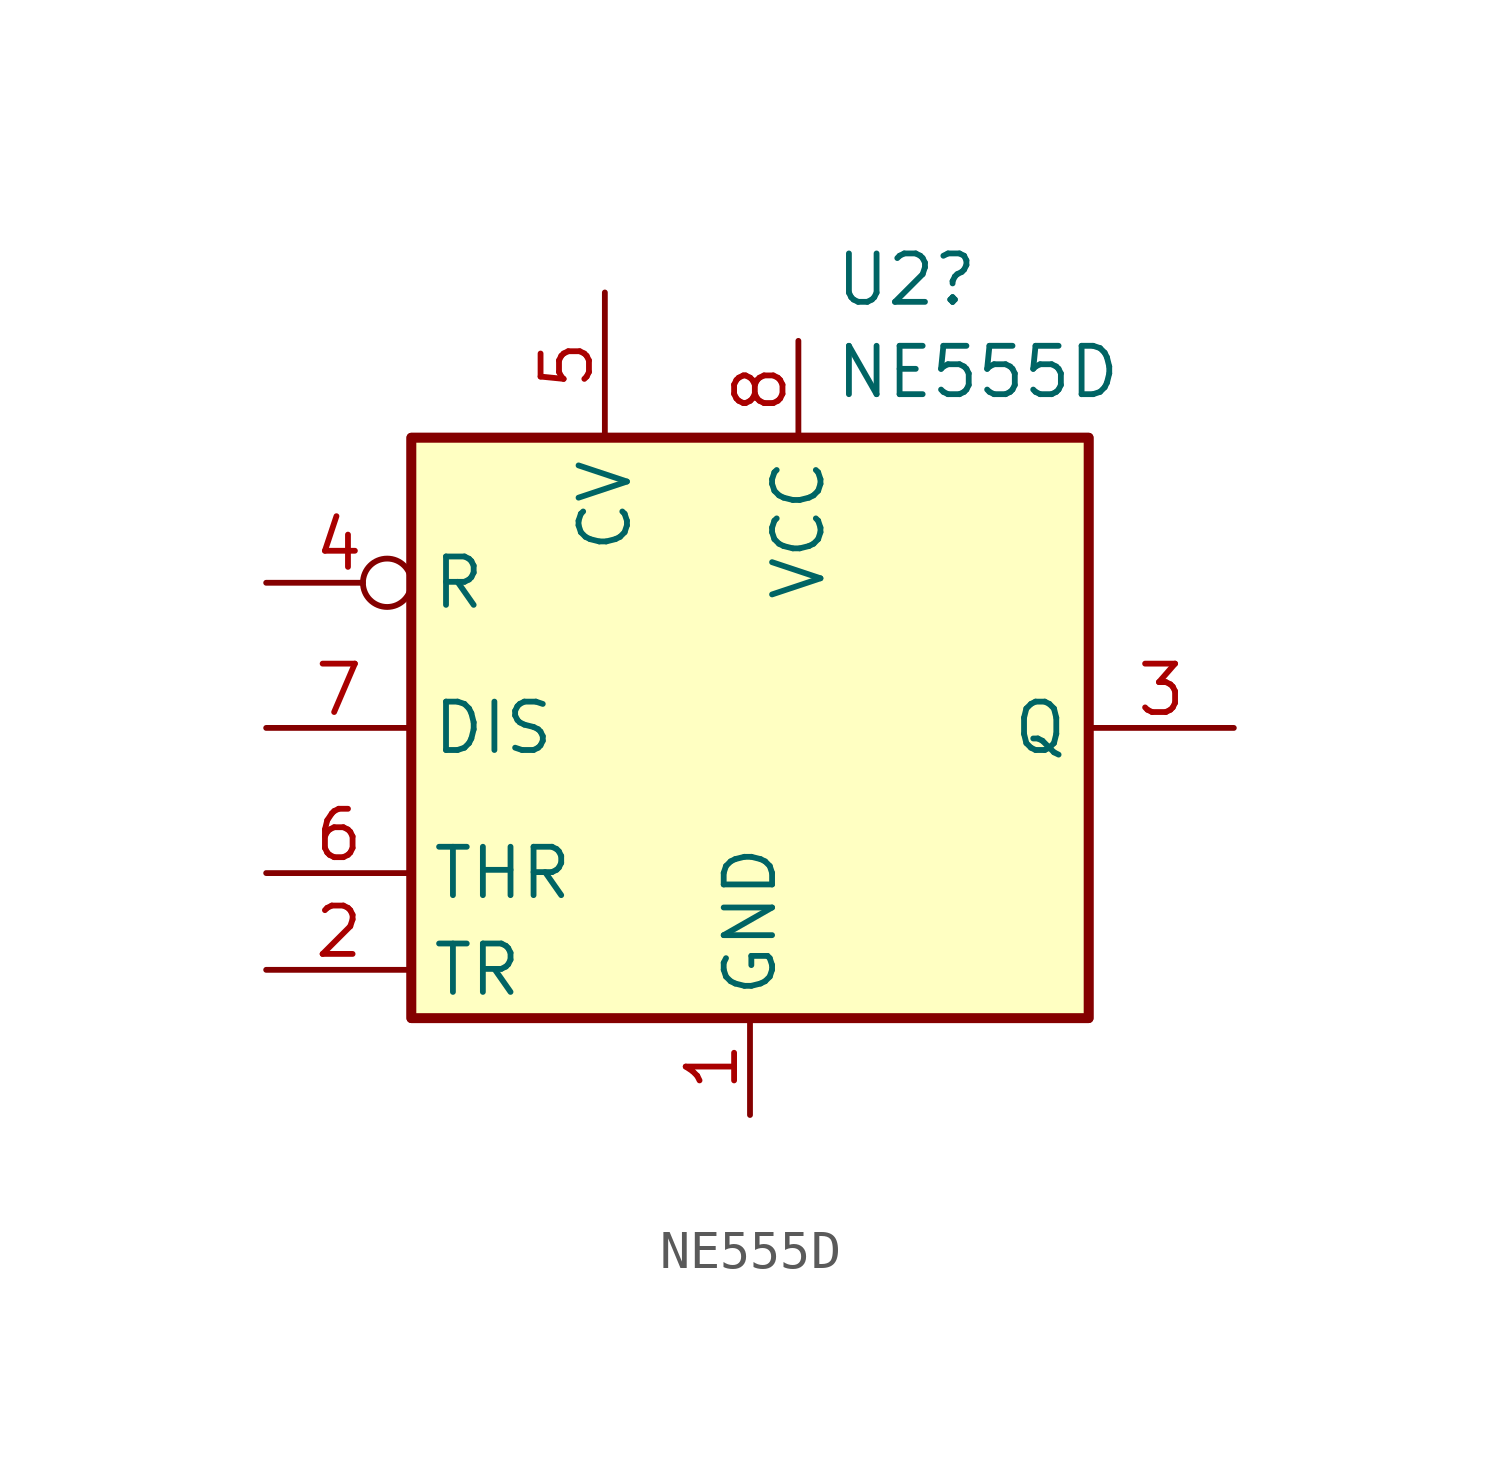
<source format=kicad_sym>
(kicad_symbol_lib
  (version 20220914)
  (generator kicad_symbol_editor)
  (symbol "NE555D"
    (property "Reference" "U2"
      (at 2.194 11.764 0)
      (effects (font (size 1.27 1.27)) (justify left)))
    (property "Value" "NE555D"
      (at 2.194 9.34 0)
      (effects (font (size 1.27 1.27)) (justify left)))
    (symbol "NE555D_0_0"
      (pin power_in line (at 0 -10.16 90) (length 2.54) (name "GND" (effects (font (size 1.27 1.27)))) (number "1" (effects (font (size 1.27 1.27)))))
      (pin power_in line (at 1.27 10.16 270) (length 2.54) (name "VCC" (effects (font (size 1.27 1.27)))) (number "8" (effects (font (size 1.27 1.27))))))
    (symbol "NE555D_0_1"
      (rectangle (start -8.89 -7.62) (end 8.89 7.62) (stroke (width 0.254) (type default)) (fill (type background)))
      (rectangle (start -8.89 -7.62) (end 8.89 7.62) (stroke (width 0.254) (type default)) (fill (type background))))
    (symbol "NE555D_1_1"
      (pin input line (at -12.7 -6.35 0) (length 3.81) (name "TR" (effects (font (size 1.27 1.27)))) (number "2" (effects (font (size 1.27 1.27)))))
      (pin output line (at 12.7 0 180) (length 3.81) (name "Q" (effects (font (size 1.27 1.27)))) (number "3" (effects (font (size 1.27 1.27)))))
      (pin input inverted (at -12.7 3.81 0) (length 3.81) (name "R" (effects (font (size 1.27 1.27)))) (number "4" (effects (font (size 1.27 1.27)))))
      (pin input line (at -3.81 11.43 270) (length 3.81) (name "CV" (effects (font (size 1.27 1.27)))) (number "5" (effects (font (size 1.27 1.27)))))
      (pin input line (at -12.7 -3.81 0) (length 3.81) (name "THR" (effects (font (size 1.27 1.27)))) (number "6" (effects (font (size 1.27 1.27)))))
      (pin input line (at -12.7 0 0) (length 3.81) (name "DIS" (effects (font (size 1.27 1.27)))) (number "7" (effects (font (size 1.27 1.27))))))))
</source>
